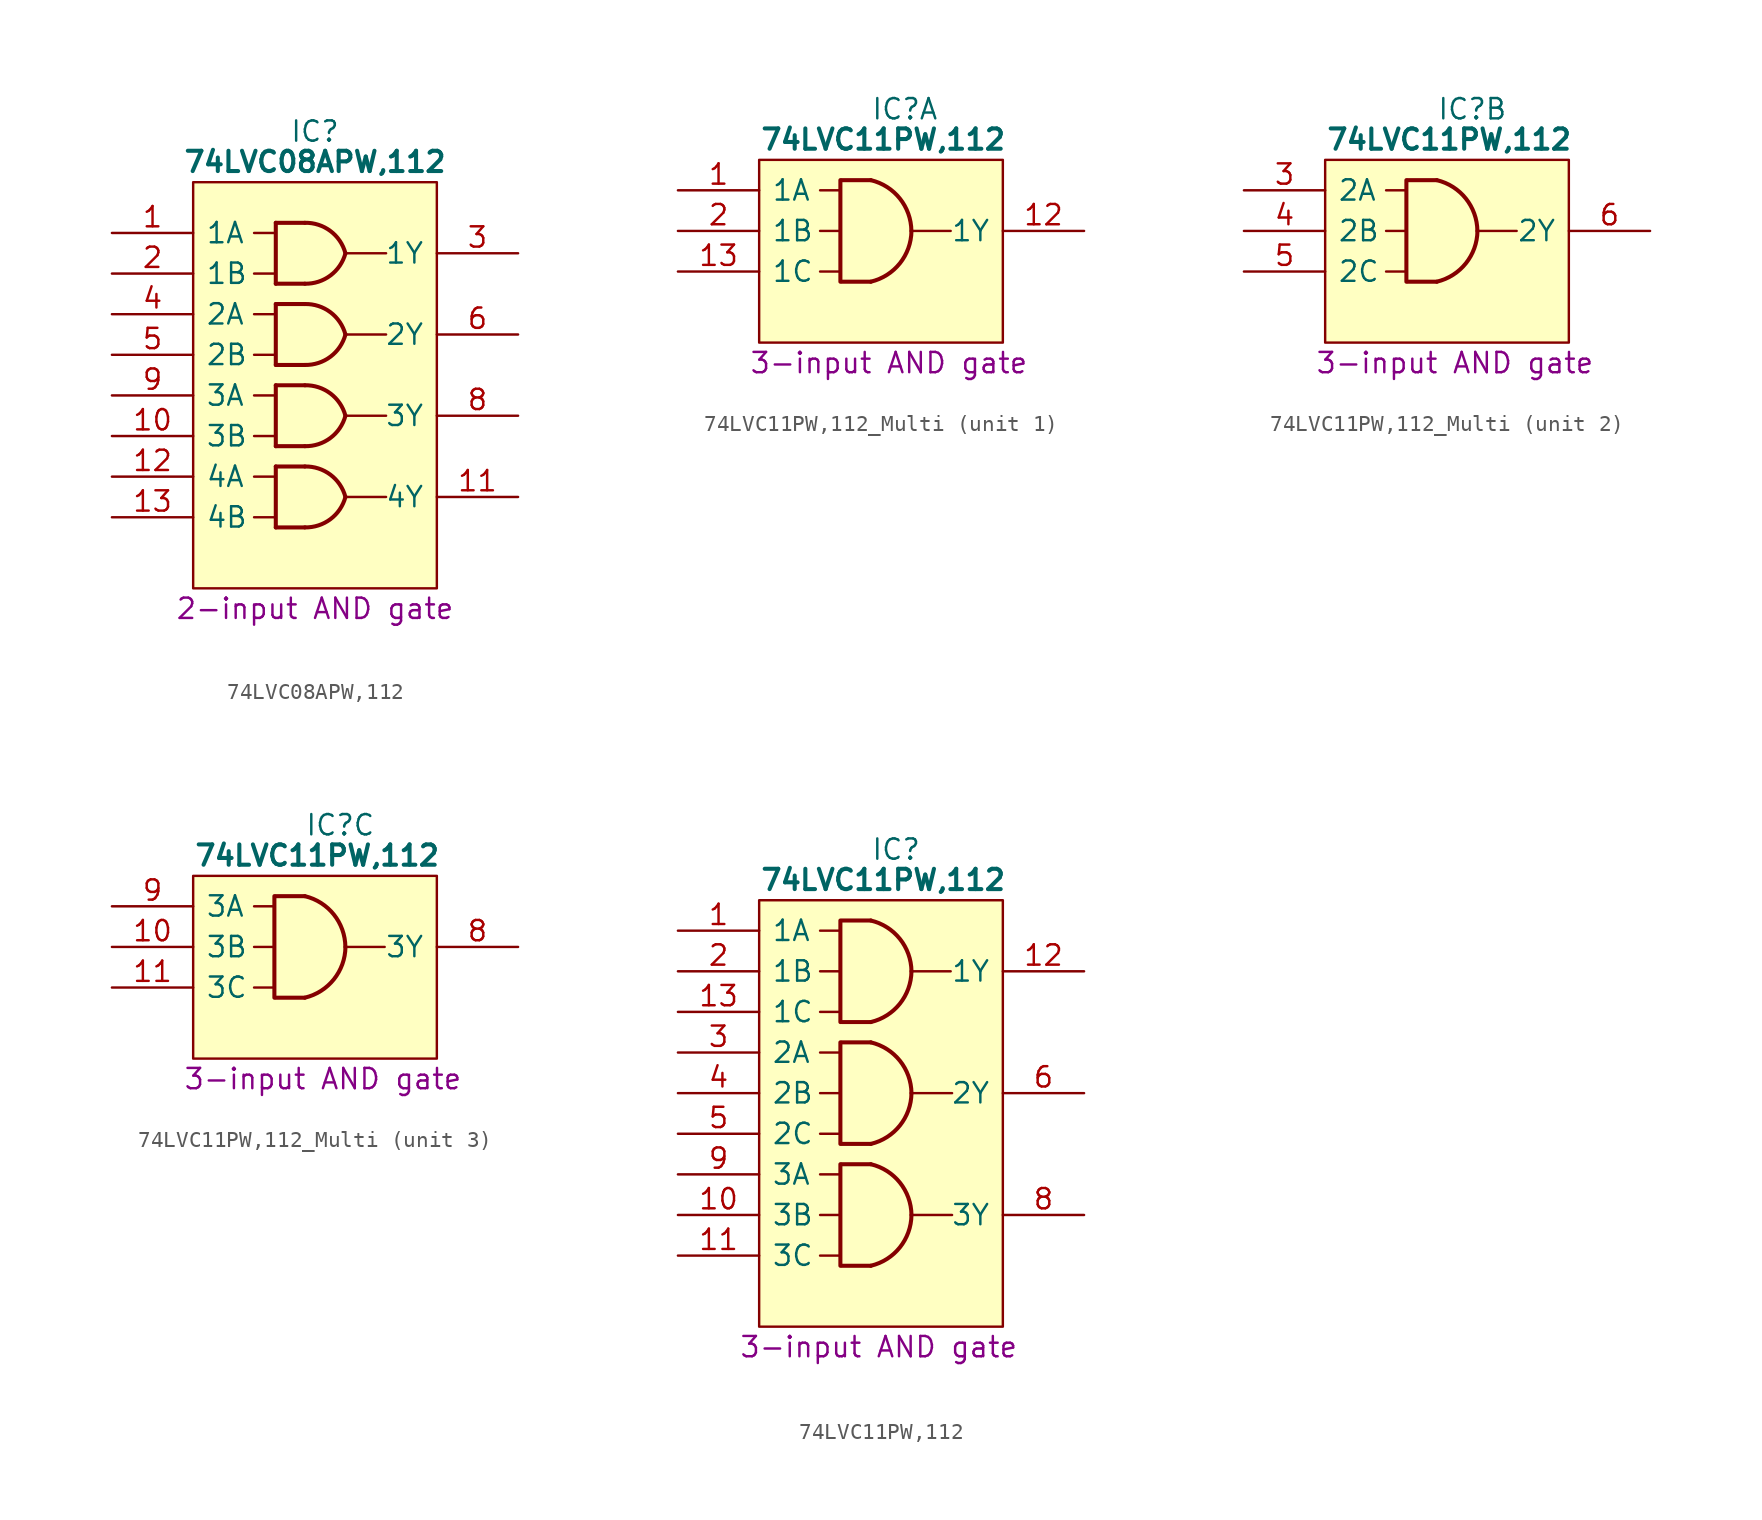
<source format=kicad_sym>
(kicad_symbol_lib
  (version 20231120)
  (generator "kicad_symbol_editor")
  (generator_version "8.0")
  (symbol "74LVC08APW,112"
    (pin_names
      (offset 0.762))
    (property "Reference" "IC"
      (at 12.7 6.35 0)
      (effects (font (size 1.27 1.27))))
    (property "Value" "74LVC08APW,112"
      (at 12.7 4.445 0)
      (effects (font (size 1.27 1.27) (bold yes))))
    (property "Description" "2-input AND gate"
      (at 12.7 -23.495 0)
      (effects (font (size 1.27 1.27))))
    (symbol "74LVC08APW,112_0_0"
      (pin input line (at 0 0 0) (length 5.08) (name "1A" (effects (font (size 1.27 1.27)))) (number "1" (effects (font (size 1.27 1.27)))))
      (pin input line (at 0 -12.7 0) (length 5.08) (name "3B" (effects (font (size 1.27 1.27)))) (number "10" (effects (font (size 1.27 1.27)))))
      (pin output line (at 25.4 -16.51 180) (length 5.08) (name "4Y" (effects (font (size 1.27 1.27)))) (number "11" (effects (font (size 1.27 1.27)))))
      (pin input line (at 0 -15.24 0) (length 5.08) (name "4A" (effects (font (size 1.27 1.27)))) (number "12" (effects (font (size 1.27 1.27)))))
      (pin input line (at 0 -17.78 0) (length 5.08) (name "4B" (effects (font (size 1.27 1.27)))) (number "13" (effects (font (size 1.27 1.27)))))
      (pin passive line (at 25.4 1.27 180) (length 5.08) hide (name "3V" (effects (font (size 1.27 1.27)))) (number "14" (effects (font (size 1.27 1.27)))))
      (pin input line (at 0 -2.54 0) (length 5.08) (name "1B" (effects (font (size 1.27 1.27)))) (number "2" (effects (font (size 1.27 1.27)))))
      (pin passive line (at 25.4 -1.27 180) (length 5.08) (name "1Y" (effects (font (size 1.27 1.27)))) (number "3" (effects (font (size 1.27 1.27)))))
      (pin input line (at 0 -5.08 0) (length 5.08) (name "2A" (effects (font (size 1.27 1.27)))) (number "4" (effects (font (size 1.27 1.27)))))
      (pin input line (at 0 -7.62 0) (length 5.08) (name "2B" (effects (font (size 1.27 1.27)))) (number "5" (effects (font (size 1.27 1.27)))))
      (pin output line (at 25.4 -6.35 180) (length 5.08) (name "2Y" (effects (font (size 1.27 1.27)))) (number "6" (effects (font (size 1.27 1.27)))))
      (pin passive line (at 0 -20.32 0) (length 5.08) hide (name "GND" (effects (font (size 1.27 1.27)))) (number "7" (effects (font (size 1.27 1.27)))))
      (pin output line (at 25.4 -11.43 180) (length 5.08) (name "3Y" (effects (font (size 1.27 1.27)))) (number "8" (effects (font (size 1.27 1.27)))))
      (pin input line (at 0 -10.16 0) (length 5.08) (name "3A" (effects (font (size 1.27 1.27)))) (number "9" (effects (font (size 1.27 1.27))))))
    (symbol "74LVC08APW,112_0_1"
      (polyline (pts (xy 8.89 -17.78) (xy 10.16 -17.78)) (stroke (width 0) (type default)) (fill (type none)))
      (polyline (pts (xy 8.89 -15.24) (xy 10.16 -15.24)) (stroke (width 0) (type default)) (fill (type none)))
      (polyline (pts (xy 8.89 -12.7) (xy 10.16 -12.7)) (stroke (width 0) (type default)) (fill (type none)))
      (polyline (pts (xy 8.89 -10.16) (xy 10.16 -10.16)) (stroke (width 0) (type default)) (fill (type none)))
      (polyline (pts (xy 8.89 -7.62) (xy 10.16 -7.62)) (stroke (width 0) (type default)) (fill (type none)))
      (polyline (pts (xy 8.89 -5.08) (xy 10.16 -5.08)) (stroke (width 0) (type default)) (fill (type none)))
      (polyline (pts (xy 8.89 -2.54) (xy 10.16 -2.54)) (stroke (width 0) (type default)) (fill (type none)))
      (polyline (pts (xy 8.89 0) (xy 10.16 0)) (stroke (width 0) (type default)) (fill (type none)))
      (polyline (pts (xy 10.248 -14.605) (xy 10.248 -18.415)) (stroke (width 0.254) (type default)) (fill (type background)))
      (polyline (pts (xy 10.248 -9.525) (xy 10.248 -13.335)) (stroke (width 0.254) (type default)) (fill (type background)))
      (polyline (pts (xy 10.248 -4.445) (xy 10.248 -8.255)) (stroke (width 0.254) (type default)) (fill (type background)))
      (polyline (pts (xy 10.248 0.635) (xy 10.248 -3.175)) (stroke (width 0.254) (type default)) (fill (type background)))
      (polyline (pts (xy 12.065 -18.415) (xy 10.248 -18.415)) (stroke (width 0.254) (type default)) (fill (type background)))
      (polyline (pts (xy 12.065 -14.605) (xy 10.248 -14.605)) (stroke (width 0.254) (type default)) (fill (type background)))
      (polyline (pts (xy 12.065 -13.335) (xy 10.248 -13.335)) (stroke (width 0.254) (type default)) (fill (type background)))
      (polyline (pts (xy 12.065 -9.525) (xy 10.248 -9.525)) (stroke (width 0.254) (type default)) (fill (type background)))
      (polyline (pts (xy 12.065 -8.255) (xy 10.248 -8.255)) (stroke (width 0.254) (type default)) (fill (type background)))
      (polyline (pts (xy 12.065 -4.445) (xy 10.248 -4.445)) (stroke (width 0.254) (type default)) (fill (type background)))
      (polyline (pts (xy 12.065 -3.175) (xy 10.248 -3.175)) (stroke (width 0.254) (type default)) (fill (type background)))
      (polyline (pts (xy 12.065 0.635) (xy 10.248 0.635)) (stroke (width 0.254) (type default)) (fill (type background)))
      (polyline (pts (xy 14.605 -16.51) (xy 17.145 -16.51)) (stroke (width 0) (type default)) (fill (type none)))
      (polyline (pts (xy 14.605 -11.43) (xy 17.145 -11.43)) (stroke (width 0) (type default)) (fill (type none)))
      (polyline (pts (xy 14.605 -6.35) (xy 17.145 -6.35)) (stroke (width 0) (type default)) (fill (type none)))
      (polyline (pts (xy 14.605 -1.27) (xy 17.145 -1.27)) (stroke (width 0) (type default)) (fill (type none)))
      (polyline (pts (xy 5.08 3.175) (xy 20.32 3.175) (xy 20.32 -22.225) (xy 5.08 -22.225) (xy 5.08 3.175)) (stroke (width 0.152) (type default)) (fill (type background)))
      (arc (start 12.065 -18.415) (mid 13.6634 -17.9004) (end 14.605 -16.51) (stroke (width 0.254) (type default)) (fill (type none)))
      (arc (start 12.065 -13.335) (mid 13.6634 -12.8204) (end 14.605 -11.43) (stroke (width 0.254) (type default)) (fill (type none)))
      (arc (start 12.065 -8.255) (mid 13.6634 -7.7404) (end 14.605 -6.35) (stroke (width 0.254) (type default)) (fill (type none)))
      (arc (start 12.065 -3.175) (mid 13.6634 -2.6604) (end 14.605 -1.27) (stroke (width 0.254) (type default)) (fill (type none)))
      (arc (start 14.605 -16.51) (mid 13.6646 -15.118) (end 12.065 -14.605) (stroke (width 0.254) (type default)) (fill (type none)))
      (arc (start 14.605 -11.43) (mid 13.6646 -10.038) (end 12.065 -9.525) (stroke (width 0.254) (type default)) (fill (type none)))
      (arc (start 14.605 -6.35) (mid 13.6646 -4.958) (end 12.065 -4.445) (stroke (width 0.254) (type default)) (fill (type none)))
      (arc (start 14.605 -1.27) (mid 13.6646 0.122) (end 12.065 0.635) (stroke (width 0.254) (type default)) (fill (type none)))))
  (symbol "74LVC11PW,112_Multi"
    (pin_names
      (offset 0.762))
    (property "Reference" "IC"
      (at 12.065 5.08 0)
      (effects (font (size 1.27 1.27)) (justify left)))
    (property "Value" "74LVC11PW,112"
      (at 5.08 3.175 0)
      (effects (font (size 1.27 1.27) (bold yes)) (justify left)))
    (property "Description" "3-input AND gate"
      (at 4.445 -10.795 0)
      (effects (font (size 1.27 1.27)) (justify left)))
    (symbol "74LVC11PW,112_Multi_0_0"
      (pin passive line (at 25.4 0 180) (length 5.08) hide (name "3V" (effects (font (size 1.27 1.27)))) (number "14" (effects (font (size 1.27 1.27)))))
      (pin passive line (at 0 -7.62 0) (length 5.08) hide (name "GND" (effects (font (size 1.27 1.27)))) (number "7" (effects (font (size 1.27 1.27))))))
    (symbol "74LVC11PW,112_Multi_0_1"
      (polyline (pts (xy 8.89 -5.08) (xy 10.16 -5.08)) (stroke (width 0) (type default)) (fill (type none)))
      (polyline (pts (xy 8.89 -2.54) (xy 10.16 -2.54)) (stroke (width 0) (type default)) (fill (type none)))
      (polyline (pts (xy 8.89 0) (xy 10.16 0)) (stroke (width 0) (type default)) (fill (type none)))
      (polyline (pts (xy 10.16 0.635) (xy 10.16 -5.715)) (stroke (width 0.254) (type default)) (fill (type background)))
      (polyline (pts (xy 12.065 -5.715) (xy 10.248 -5.715)) (stroke (width 0.254) (type default)) (fill (type background)))
      (polyline (pts (xy 12.065 0.635) (xy 10.248 0.635)) (stroke (width 0.254) (type default)) (fill (type background)))
      (polyline (pts (xy 14.605 -2.54) (xy 17.057 -2.54)) (stroke (width 0) (type default)) (fill (type none)))
      (polyline (pts (xy 5.08 1.905) (xy 20.32 1.905) (xy 20.32 -9.525) (xy 5.08 -9.525) (xy 5.08 1.905)) (stroke (width 0.152) (type default)) (fill (type background)))
      (arc (start 12.065 -5.715) (mid 13.881 -4.5643) (end 14.605 -2.54) (stroke (width 0.254) (type default)) (fill (type none)))
      (arc (start 14.605 -2.54) (mid 13.8822 -0.5148) (end 12.065 0.635) (stroke (width 0.254) (type default)) (fill (type none))))
    (symbol "74LVC11PW,112_Multi_1_0"
      (pin passive line (at 0 0 0) (length 5.08) (name "1A" (effects (font (size 1.27 1.27)))) (number "1" (effects (font (size 1.27 1.27)))))
      (pin passive line (at 25.4 -2.54 180) (length 5.08) (name "1Y" (effects (font (size 1.27 1.27)))) (number "12" (effects (font (size 1.27 1.27)))))
      (pin passive line (at 0 -5.08 0) (length 5.08) (name "1C" (effects (font (size 1.27 1.27)))) (number "13" (effects (font (size 1.27 1.27)))))
      (pin passive line (at 0 -2.54 0) (length 5.08) (name "1B" (effects (font (size 1.27 1.27)))) (number "2" (effects (font (size 1.27 1.27))))))
    (symbol "74LVC11PW,112_Multi_2_0"
      (pin passive line (at 0 0 0) (length 5.08) (name "2A" (effects (font (size 1.27 1.27)))) (number "3" (effects (font (size 1.27 1.27)))))
      (pin passive line (at 0 -2.54 0) (length 5.08) (name "2B" (effects (font (size 1.27 1.27)))) (number "4" (effects (font (size 1.27 1.27)))))
      (pin passive line (at 0 -5.08 0) (length 5.08) (name "2C" (effects (font (size 1.27 1.27)))) (number "5" (effects (font (size 1.27 1.27)))))
      (pin passive line (at 25.4 -2.54 180) (length 5.08) (name "2Y" (effects (font (size 1.27 1.27)))) (number "6" (effects (font (size 1.27 1.27))))))
    (symbol "74LVC11PW,112_Multi_3_0"
      (pin passive line (at 0 -2.54 0) (length 5.08) (name "3B" (effects (font (size 1.27 1.27)))) (number "10" (effects (font (size 1.27 1.27)))))
      (pin passive line (at 0 -5.08 0) (length 5.08) (name "3C" (effects (font (size 1.27 1.27)))) (number "11" (effects (font (size 1.27 1.27)))))
      (pin passive line (at 25.4 -2.54 180) (length 5.08) (name "3Y" (effects (font (size 1.27 1.27)))) (number "8" (effects (font (size 1.27 1.27)))))
      (pin passive line (at 0 0 0) (length 5.08) (name "3A" (effects (font (size 1.27 1.27)))) (number "9" (effects (font (size 1.27 1.27)))))))
  (symbol "74LVC11PW,112"
    (pin_names
      (offset 0.762))
    (property "Reference" "IC"
      (at 12.065 5.08 0)
      (effects (font (size 1.27 1.27)) (justify left)))
    (property "Value" "74LVC11PW,112"
      (at 5.08 3.175 0)
      (effects (font (size 1.27 1.27) (bold yes)) (justify left)))
    (property "Description" "3-input AND gate"
      (at 3.81 -26.035 0)
      (effects (font (size 1.27 1.27)) (justify left)))
    (symbol "74LVC11PW,112_0_0"
      (pin passive line (at 0 0 0) (length 5.08) (name "1A" (effects (font (size 1.27 1.27)))) (number "1" (effects (font (size 1.27 1.27)))))
      (pin passive line (at 0 -17.78 0) (length 5.08) (name "3B" (effects (font (size 1.27 1.27)))) (number "10" (effects (font (size 1.27 1.27)))))
      (pin passive line (at 0 -20.32 0) (length 5.08) (name "3C" (effects (font (size 1.27 1.27)))) (number "11" (effects (font (size 1.27 1.27)))))
      (pin passive line (at 25.4 -2.54 180) (length 5.08) (name "1Y" (effects (font (size 1.27 1.27)))) (number "12" (effects (font (size 1.27 1.27)))))
      (pin passive line (at 0 -5.08 0) (length 5.08) (name "1C" (effects (font (size 1.27 1.27)))) (number "13" (effects (font (size 1.27 1.27)))))
      (pin passive line (at 25.4 0 180) (length 5.08) hide (name "3V" (effects (font (size 1.27 1.27)))) (number "14" (effects (font (size 1.27 1.27)))))
      (pin passive line (at 0 -2.54 0) (length 5.08) (name "1B" (effects (font (size 1.27 1.27)))) (number "2" (effects (font (size 1.27 1.27)))))
      (pin passive line (at 0 -7.62 0) (length 5.08) (name "2A" (effects (font (size 1.27 1.27)))) (number "3" (effects (font (size 1.27 1.27)))))
      (pin passive line (at 0 -10.16 0) (length 5.08) (name "2B" (effects (font (size 1.27 1.27)))) (number "4" (effects (font (size 1.27 1.27)))))
      (pin passive line (at 0 -12.7 0) (length 5.08) (name "2C" (effects (font (size 1.27 1.27)))) (number "5" (effects (font (size 1.27 1.27)))))
      (pin passive line (at 25.4 -10.16 180) (length 5.08) (name "2Y" (effects (font (size 1.27 1.27)))) (number "6" (effects (font (size 1.27 1.27)))))
      (pin passive line (at 0 -22.86 0) (length 5.08) hide (name "GND" (effects (font (size 1.27 1.27)))) (number "7" (effects (font (size 1.27 1.27)))))
      (pin passive line (at 25.4 -17.78 180) (length 5.08) (name "3Y" (effects (font (size 1.27 1.27)))) (number "8" (effects (font (size 1.27 1.27)))))
      (pin passive line (at 0 -15.24 0) (length 5.08) (name "3A" (effects (font (size 1.27 1.27)))) (number "9" (effects (font (size 1.27 1.27))))))
    (symbol "74LVC11PW,112_0_1"
      (polyline (pts (xy 8.89 -20.32) (xy 10.16 -20.32)) (stroke (width 0) (type default)) (fill (type none)))
      (polyline (pts (xy 8.89 -17.78) (xy 10.16 -17.78)) (stroke (width 0) (type default)) (fill (type none)))
      (polyline (pts (xy 8.89 -15.24) (xy 10.16 -15.24)) (stroke (width 0) (type default)) (fill (type none)))
      (polyline (pts (xy 8.89 -12.7) (xy 10.16 -12.7)) (stroke (width 0) (type default)) (fill (type none)))
      (polyline (pts (xy 8.89 -10.16) (xy 10.16 -10.16)) (stroke (width 0) (type default)) (fill (type none)))
      (polyline (pts (xy 8.89 -7.62) (xy 10.16 -7.62)) (stroke (width 0) (type default)) (fill (type none)))
      (polyline (pts (xy 8.89 -5.08) (xy 10.16 -5.08)) (stroke (width 0) (type default)) (fill (type none)))
      (polyline (pts (xy 8.89 -2.54) (xy 10.16 -2.54)) (stroke (width 0) (type default)) (fill (type none)))
      (polyline (pts (xy 8.89 0) (xy 10.16 0)) (stroke (width 0) (type default)) (fill (type none)))
      (polyline (pts (xy 10.16 -14.605) (xy 10.16 -20.955)) (stroke (width 0.254) (type default)) (fill (type background)))
      (polyline (pts (xy 10.16 -6.985) (xy 10.16 -13.335)) (stroke (width 0.254) (type default)) (fill (type background)))
      (polyline (pts (xy 10.16 0.635) (xy 10.16 -5.715)) (stroke (width 0.254) (type default)) (fill (type background)))
      (polyline (pts (xy 12.065 -20.955) (xy 10.248 -20.955)) (stroke (width 0.254) (type default)) (fill (type background)))
      (polyline (pts (xy 12.065 -14.605) (xy 10.248 -14.605)) (stroke (width 0.254) (type default)) (fill (type background)))
      (polyline (pts (xy 12.065 -13.335) (xy 10.248 -13.335)) (stroke (width 0.254) (type default)) (fill (type background)))
      (polyline (pts (xy 12.065 -6.985) (xy 10.248 -6.985)) (stroke (width 0.254) (type default)) (fill (type background)))
      (polyline (pts (xy 12.065 -5.715) (xy 10.248 -5.715)) (stroke (width 0.254) (type default)) (fill (type background)))
      (polyline (pts (xy 12.065 0.635) (xy 10.248 0.635)) (stroke (width 0.254) (type default)) (fill (type background)))
      (polyline (pts (xy 14.605 -17.78) (xy 17.145 -17.78)) (stroke (width 0) (type default)) (fill (type none)))
      (polyline (pts (xy 14.605 -10.16) (xy 17.145 -10.16)) (stroke (width 0) (type default)) (fill (type none)))
      (polyline (pts (xy 14.605 -2.54) (xy 17.057 -2.54)) (stroke (width 0) (type default)) (fill (type none)))
      (polyline (pts (xy 5.08 1.905) (xy 20.32 1.905) (xy 20.32 -24.765) (xy 5.08 -24.765) (xy 5.08 1.905)) (stroke (width 0.152) (type default)) (fill (type background)))
      (arc (start 12.065 -20.955) (mid 13.8808 -19.8042) (end 14.605 -17.78) (stroke (width 0.254) (type default)) (fill (type none)))
      (arc (start 12.065 -13.335) (mid 13.8808 -12.1842) (end 14.605 -10.16) (stroke (width 0.254) (type default)) (fill (type none)))
      (arc (start 12.065 -5.715) (mid 13.881 -4.5643) (end 14.605 -2.54) (stroke (width 0.254) (type default)) (fill (type none)))
      (arc (start 14.605 -17.78) (mid 13.8821 -15.7549) (end 12.065 -14.605) (stroke (width 0.254) (type default)) (fill (type none)))
      (arc (start 14.605 -10.16) (mid 13.8821 -8.1349) (end 12.065 -6.985) (stroke (width 0.254) (type default)) (fill (type none)))
      (arc (start 14.605 -2.54) (mid 13.8822 -0.5148) (end 12.065 0.635) (stroke (width 0.254) (type default)) (fill (type none))))))
</source>
